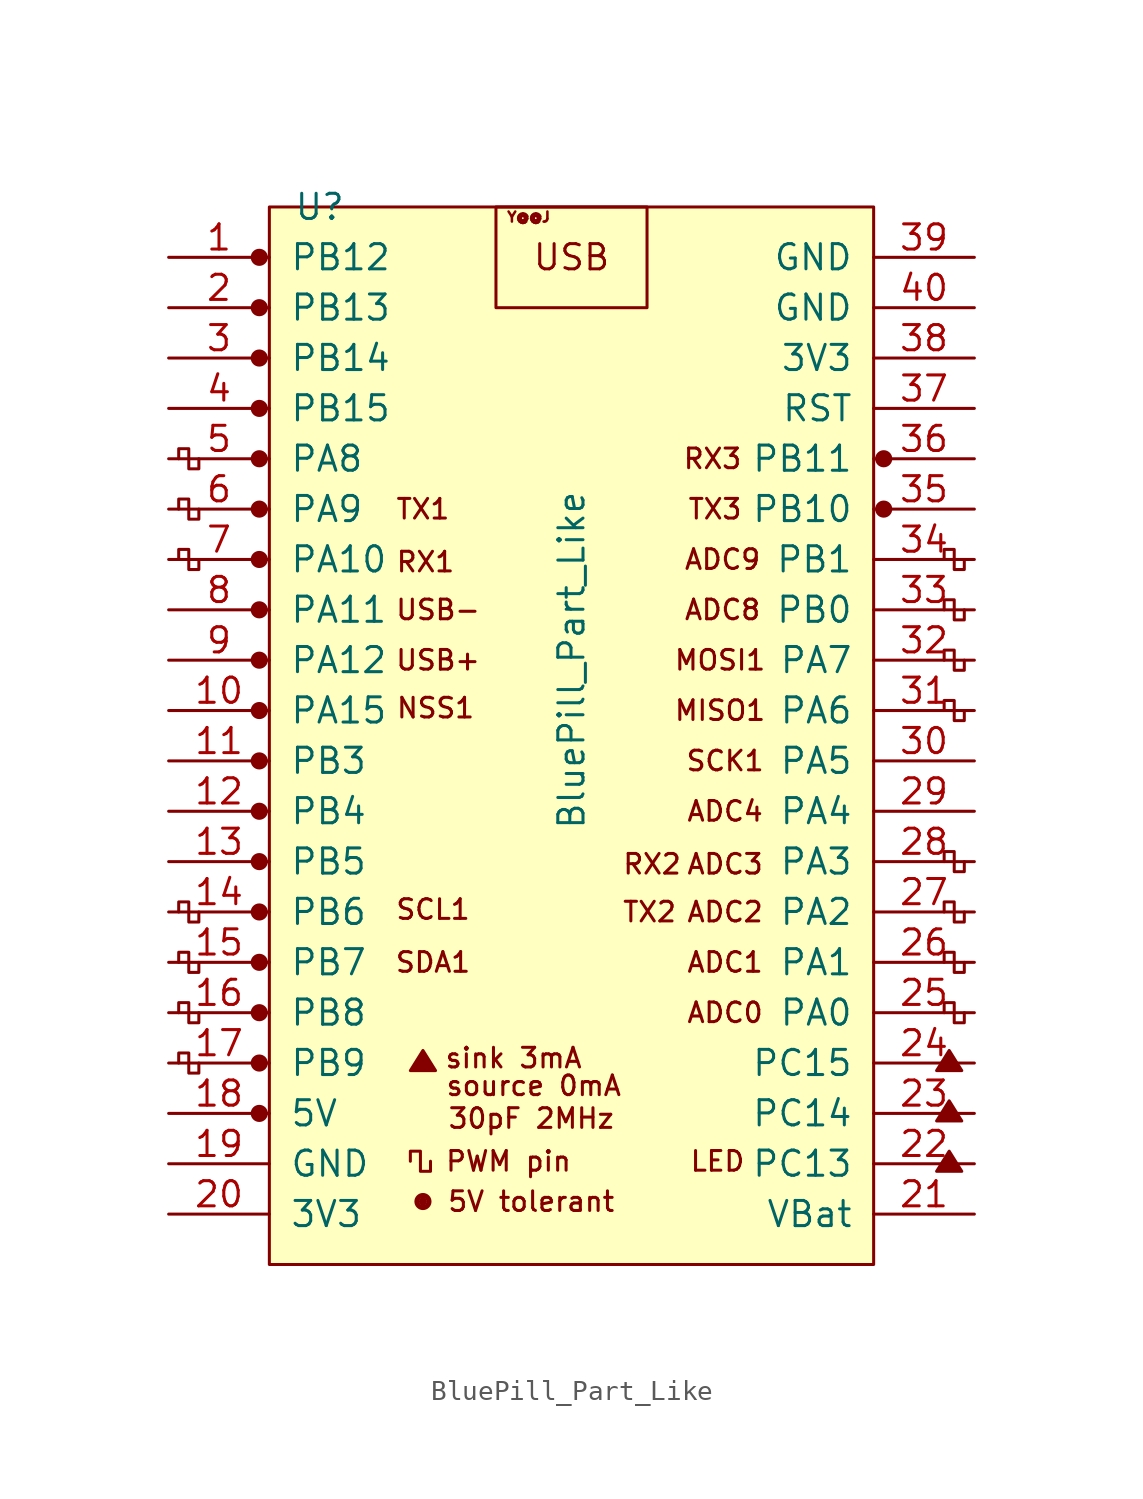
<source format=kicad_sym>
(kicad_symbol_lib
  (version 20211014)
  (generator kicad_symbol_editor)
  (symbol "BluePill_Part_Like"
    (pin_names
      (offset 1.016))
    (property "Reference" "U"
      (at -12.7 25.4 0)
      (effects (font (size 1.27 1.27))))
    (property "Value" "BluePill_Part_Like"
      (at 0 2.54 90)
      (effects (font (size 1.27 1.27))))
    (symbol "BluePill_Part_Like_0_0"
      (circle (center -15.748 -20.32) (radius 0.356) (stroke (width 0) (type default) (color 0 0 0 0)) (fill (type outline)))
      (circle (center -15.748 -17.78) (radius 0.356) (stroke (width 0) (type default) (color 0 0 0 0)) (fill (type outline)))
      (circle (center -15.748 -15.24) (radius 0.356) (stroke (width 0) (type default) (color 0 0 0 0)) (fill (type outline)))
      (circle (center -15.748 -12.7) (radius 0.356) (stroke (width 0) (type default) (color 0 0 0 0)) (fill (type outline)))
      (circle (center -15.748 -10.16) (radius 0.356) (stroke (width 0) (type default) (color 0 0 0 0)) (fill (type outline)))
      (circle (center -15.748 -7.62) (radius 0.356) (stroke (width 0) (type default) (color 0 0 0 0)) (fill (type outline)))
      (circle (center -15.748 -5.08) (radius 0.356) (stroke (width 0) (type default) (color 0 0 0 0)) (fill (type outline)))
      (circle (center -15.748 -2.54) (radius 0.356) (stroke (width 0) (type default) (color 0 0 0 0)) (fill (type outline)))
      (circle (center -15.748 0) (radius 0.356) (stroke (width 0) (type default) (color 0 0 0 0)) (fill (type outline)))
      (circle (center -15.748 2.54) (radius 0.356) (stroke (width 0) (type default) (color 0 0 0 0)) (fill (type outline)))
      (circle (center -15.748 5.08) (radius 0.356) (stroke (width 0) (type default) (color 0 0 0 0)) (fill (type outline)))
      (circle (center -15.748 7.62) (radius 0.356) (stroke (width 0) (type default) (color 0 0 0 0)) (fill (type outline)))
      (circle (center -15.748 10.16) (radius 0.356) (stroke (width 0) (type default) (color 0 0 0 0)) (fill (type outline)))
      (circle (center -15.748 12.7) (radius 0.356) (stroke (width 0) (type default) (color 0 0 0 0)) (fill (type outline)))
      (circle (center -15.748 15.24) (radius 0.356) (stroke (width 0) (type default) (color 0 0 0 0)) (fill (type outline)))
      (circle (center -15.748 17.78) (radius 0.356) (stroke (width 0) (type default) (color 0 0 0 0)) (fill (type outline)))
      (circle (center -15.748 22.86) (radius 0.356) (stroke (width 0) (type default) (color 0 0 0 0)) (fill (type outline)))
      (circle (center -7.493 -24.765) (radius 0.127) (stroke (width 0) (type default) (color 0 0 0 0)) (fill (type outline)))
      (circle (center -7.493 -24.765) (radius 0.254) (stroke (width 0) (type default) (color 0 0 0 0)) (fill (type none)))
      (circle (center -7.493 -24.765) (radius 0.356) (stroke (width 0) (type default) (color 0 0 0 0)) (fill (type none)))
      (polyline (pts (xy -8.128 -18.161) (xy -7.493 -17.145) (xy -6.858 -18.161) (xy -8.128 -18.161) (xy -7.493 -17.272) (xy -6.985 -18.161) (xy -8.001 -18.034) (xy -7.493 -17.399) (xy -7.112 -18.161) (xy -7.874 -17.907) (xy -7.366 -17.526) (xy -7.239 -18.161) (xy -7.747 -17.78) (xy -7.239 -17.653) (xy -7.366 -18.034) (xy -7.62 -17.78) (xy -7.366 -17.907) (xy -7.493 -17.653)) (stroke (width 0) (type default) (color 0 0 0 0)) (fill (type none)))
      (polyline (pts (xy 18.415 -23.241) (xy 19.05 -22.225) (xy 19.685 -23.241) (xy 18.415 -23.241) (xy 19.05 -22.352) (xy 19.558 -23.241) (xy 18.542 -23.114) (xy 19.05 -22.479) (xy 19.431 -23.241) (xy 18.669 -22.987) (xy 19.177 -22.606) (xy 19.304 -23.241) (xy 18.796 -22.86) (xy 19.304 -22.733) (xy 19.177 -23.114) (xy 18.923 -22.86) (xy 19.177 -22.987) (xy 19.05 -22.733)) (stroke (width 0) (type default) (color 0 0 0 0)) (fill (type none)))
      (polyline (pts (xy 18.415 -20.701) (xy 19.05 -19.685) (xy 19.685 -20.701) (xy 18.415 -20.701) (xy 19.05 -19.812) (xy 19.558 -20.701) (xy 18.542 -20.574) (xy 19.05 -19.939) (xy 19.431 -20.701) (xy 18.669 -20.447) (xy 19.177 -20.066) (xy 19.304 -20.701) (xy 18.796 -20.32) (xy 19.304 -20.193) (xy 19.177 -20.574) (xy 18.923 -20.32) (xy 19.177 -20.447) (xy 19.05 -20.193)) (stroke (width 0) (type default) (color 0 0 0 0)) (fill (type none)))
      (polyline (pts (xy 18.415 -18.161) (xy 19.05 -17.145) (xy 19.685 -18.161) (xy 18.415 -18.161) (xy 19.05 -17.272) (xy 19.558 -18.161) (xy 18.542 -18.034) (xy 19.05 -17.399) (xy 19.431 -18.161) (xy 18.669 -17.907) (xy 19.177 -17.526) (xy 19.304 -18.161) (xy 18.796 -17.78) (xy 19.304 -17.653) (xy 19.177 -18.034) (xy 18.923 -17.78) (xy 19.177 -17.907) (xy 19.05 -17.653)) (stroke (width 0) (type default) (color 0 0 0 0)) (fill (type none)))
      (circle (center 15.748 10.16) (radius 0.254) (stroke (width 0) (type default) (color 0 0 0 0)) (fill (type outline)))
      (circle (center 15.748 10.16) (radius 0.356) (stroke (width 0) (type default) (color 0 0 0 0)) (fill (type none)))
      (circle (center 15.748 12.7) (radius 0.254) (stroke (width 0) (type default) (color 0 0 0 0)) (fill (type outline)))
      (circle (center 15.748 12.7) (radius 0.356) (stroke (width 0) (type default) (color 0 0 0 0)) (fill (type none)))
      (text "30pF 2MHz" (at -2.032 -20.574 0) (effects (font (size 0.991 0.991))))
      (text "5V tolerant" (at -2.032 -24.765 0) (effects (font (size 0.991 0.991))))
      (text "ADC0" (at 7.747 -15.24 0) (effects (font (size 0.991 0.991))))
      (text "ADC1" (at 7.747 -12.7 0) (effects (font (size 0.991 0.991))))
      (text "ADC2" (at 7.747 -10.16 0) (effects (font (size 0.991 0.991))))
      (text "ADC3" (at 7.747 -7.747 0) (effects (font (size 0.991 0.991))))
      (text "ADC4" (at 7.747 -5.08 0) (effects (font (size 0.991 0.991))))
      (text "ADC8" (at 7.62 5.08 0) (effects (font (size 0.991 0.991))))
      (text "ADC9" (at 7.62 7.62 0) (effects (font (size 0.991 0.991))))
      (text "LED" (at 7.366 -22.733 0) (effects (font (size 0.991 0.991))))
      (text "MISO1" (at 7.493 0 0) (effects (font (size 0.991 0.991))))
      (text "MOSI1" (at 7.493 2.54 0) (effects (font (size 0.991 0.991))))
      (text "NSS1" (at -6.858 0.127 0) (effects (font (size 0.991 0.991))))
      (text "PWM pin" (at -3.175 -22.733 0) (effects (font (size 0.991 0.991))))
      (text "RX1" (at -7.366 7.493 0) (effects (font (size 0.991 0.991))))
      (text "RX2" (at 4.064 -7.747 0) (effects (font (size 0.991 0.991))))
      (text "RX3" (at 7.112 12.7 0) (effects (font (size 0.991 0.991))))
      (text "SCK1" (at 7.747 -2.54 0) (effects (font (size 0.991 0.991))))
      (text "SCL1" (at -6.985 -10.033 0) (effects (font (size 0.991 0.991))))
      (text "SDA1" (at -6.985 -12.7 0) (effects (font (size 0.991 0.991))))
      (text "sink 3mA" (at -2.921 -17.526 0) (effects (font (size 0.991 0.991))))
      (text "source 0mA" (at -1.905 -18.923 0) (effects (font (size 0.991 0.991))))
      (text "TX1" (at -7.493 10.16 0) (effects (font (size 0.991 0.991))))
      (text "TX2" (at 3.937 -10.16 0) (effects (font (size 0.991 0.991))))
      (text "TX3" (at 7.239 10.16 0) (effects (font (size 0.991 0.991))))
      (text "USB" (at 0 22.86 0) (effects (font (size 1.27 1.27))))
      (text "USB+" (at -6.731 2.54 0) (effects (font (size 0.991 0.991))))
      (text "USB-" (at -6.731 5.08 0) (effects (font (size 0.991 0.991))))
      (text "Y@@J" (at -2.159 24.892 0) (effects (font (size 0.508 0.508)))))
    (symbol "BluePill_Part_Like_0_1"
      (rectangle (start -15.24 25.4) (end 15.24 -27.94) (stroke (width 0) (type default) (color 0 0 0 0)) (fill (type background)))
      (polyline (pts (xy -18.796 -17.78) (xy -18.796 -18.288) (xy -19.304 -18.288) (xy -19.304 -17.272) (xy -19.812 -17.272) (xy -19.812 -17.78)) (stroke (width 0) (type default) (color 0 0 0 0)) (fill (type none)))
      (polyline (pts (xy -18.796 -15.24) (xy -18.796 -15.748) (xy -19.304 -15.748) (xy -19.304 -14.732) (xy -19.812 -14.732) (xy -19.812 -15.24)) (stroke (width 0) (type default) (color 0 0 0 0)) (fill (type none)))
      (polyline (pts (xy -18.796 -12.7) (xy -18.796 -13.208) (xy -19.304 -13.208) (xy -19.304 -12.192) (xy -19.812 -12.192) (xy -19.812 -12.7)) (stroke (width 0) (type default) (color 0 0 0 0)) (fill (type none)))
      (polyline (pts (xy -18.796 -10.16) (xy -18.796 -10.668) (xy -19.304 -10.668) (xy -19.304 -9.652) (xy -19.812 -9.652) (xy -19.812 -10.16)) (stroke (width 0) (type default) (color 0 0 0 0)) (fill (type none)))
      (polyline (pts (xy -18.796 7.62) (xy -18.796 7.112) (xy -19.304 7.112) (xy -19.304 8.128) (xy -19.812 8.128) (xy -19.812 7.62)) (stroke (width 0) (type default) (color 0 0 0 0)) (fill (type none)))
      (polyline (pts (xy -18.796 10.16) (xy -18.796 9.652) (xy -19.304 9.652) (xy -19.304 10.668) (xy -19.812 10.668) (xy -19.812 10.16)) (stroke (width 0) (type default) (color 0 0 0 0)) (fill (type none)))
      (polyline (pts (xy -18.796 12.7) (xy -18.796 12.192) (xy -19.304 12.192) (xy -19.304 13.208) (xy -19.812 13.208) (xy -19.812 12.7)) (stroke (width 0) (type default) (color 0 0 0 0)) (fill (type none)))
      (polyline (pts (xy -7.112 -22.733) (xy -7.112 -23.241) (xy -7.62 -23.241) (xy -7.62 -22.225) (xy -8.128 -22.225) (xy -8.128 -22.733)) (stroke (width 0) (type default) (color 0 0 0 0)) (fill (type none)))
      (polyline (pts (xy 19.812 -15.24) (xy 19.812 -15.748) (xy 19.304 -15.748) (xy 19.304 -14.732) (xy 18.796 -14.732) (xy 18.796 -15.24)) (stroke (width 0) (type default) (color 0 0 0 0)) (fill (type none)))
      (polyline (pts (xy 19.812 -12.7) (xy 19.812 -13.208) (xy 19.304 -13.208) (xy 19.304 -12.192) (xy 18.796 -12.192) (xy 18.796 -12.7)) (stroke (width 0) (type default) (color 0 0 0 0)) (fill (type none)))
      (polyline (pts (xy 19.812 -10.16) (xy 19.812 -10.668) (xy 19.304 -10.668) (xy 19.304 -9.652) (xy 18.796 -9.652) (xy 18.796 -10.16)) (stroke (width 0) (type default) (color 0 0 0 0)) (fill (type none)))
      (polyline (pts (xy 19.812 -7.62) (xy 19.812 -8.128) (xy 19.304 -8.128) (xy 19.304 -7.112) (xy 18.796 -7.112) (xy 18.796 -7.62)) (stroke (width 0) (type default) (color 0 0 0 0)) (fill (type none)))
      (polyline (pts (xy 19.812 0) (xy 19.812 -0.508) (xy 19.304 -0.508) (xy 19.304 0.508) (xy 18.796 0.508) (xy 18.796 0)) (stroke (width 0) (type default) (color 0 0 0 0)) (fill (type none)))
      (polyline (pts (xy 19.812 2.54) (xy 19.812 2.032) (xy 19.304 2.032) (xy 19.304 3.048) (xy 18.796 3.048) (xy 18.796 2.54)) (stroke (width 0) (type default) (color 0 0 0 0)) (fill (type none)))
      (polyline (pts (xy 19.812 5.08) (xy 19.812 4.572) (xy 19.304 4.572) (xy 19.304 5.588) (xy 18.796 5.588) (xy 18.796 5.08)) (stroke (width 0) (type default) (color 0 0 0 0)) (fill (type none)))
      (polyline (pts (xy 19.812 7.62) (xy 19.812 7.112) (xy 19.304 7.112) (xy 19.304 8.128) (xy 18.796 8.128) (xy 18.796 7.62)) (stroke (width 0) (type default) (color 0 0 0 0)) (fill (type none)))
      (rectangle (start 3.81 25.4) (end -3.81 20.32) (stroke (width 0) (type default) (color 0 0 0 0)) (fill (type none))))
    (symbol "BluePill_Part_Like_1_1"
      (circle (center -15.748 20.32) (radius 0.356) (stroke (width 0) (type default) (color 0 0 0 0)) (fill (type outline)))
      (pin bidirectional line (at -20.32 22.86 0) (length 5.08) (name "PB12" (effects (font (size 1.27 1.27)))) (number "1" (effects (font (size 1.27 1.27)))))
      (pin bidirectional line (at -20.32 0 0) (length 5.08) (name "PA15" (effects (font (size 1.27 1.27)))) (number "10" (effects (font (size 1.27 1.27)))))
      (pin bidirectional line (at -20.32 -2.54 0) (length 5.08) (name "PB3" (effects (font (size 1.27 1.27)))) (number "11" (effects (font (size 1.27 1.27)))))
      (pin bidirectional line (at -20.32 -5.08 0) (length 5.08) (name "PB4" (effects (font (size 1.27 1.27)))) (number "12" (effects (font (size 1.27 1.27)))))
      (pin bidirectional line (at -20.32 -7.62 0) (length 5.08) (name "PB5" (effects (font (size 1.27 1.27)))) (number "13" (effects (font (size 1.27 1.27)))))
      (pin bidirectional line (at -20.32 -10.16 0) (length 5.08) (name "PB6" (effects (font (size 1.27 1.27)))) (number "14" (effects (font (size 1.27 1.27)))))
      (pin bidirectional line (at -20.32 -12.7 0) (length 5.08) (name "PB7" (effects (font (size 1.27 1.27)))) (number "15" (effects (font (size 1.27 1.27)))))
      (pin bidirectional line (at -20.32 -15.24 0) (length 5.08) (name "PB8" (effects (font (size 1.27 1.27)))) (number "16" (effects (font (size 1.27 1.27)))))
      (pin bidirectional line (at -20.32 -17.78 0) (length 5.08) (name "PB9" (effects (font (size 1.27 1.27)))) (number "17" (effects (font (size 1.27 1.27)))))
      (pin power_in line (at -20.32 -20.32 0) (length 5.08) (name "5V" (effects (font (size 1.27 1.27)))) (number "18" (effects (font (size 1.27 1.27)))))
      (pin power_in line (at -20.32 -22.86 0) (length 5.08) (name "GND" (effects (font (size 1.27 1.27)))) (number "19" (effects (font (size 1.27 1.27)))))
      (pin bidirectional line (at -20.32 20.32 0) (length 5.08) (name "PB13" (effects (font (size 1.27 1.27)))) (number "2" (effects (font (size 1.27 1.27)))))
      (pin power_in line (at -20.32 -25.4 0) (length 5.08) (name "3V3" (effects (font (size 1.27 1.27)))) (number "20" (effects (font (size 1.27 1.27)))))
      (pin power_in line (at 20.32 -25.4 180) (length 5.08) (name "VBat" (effects (font (size 1.27 1.27)))) (number "21" (effects (font (size 1.27 1.27)))))
      (pin bidirectional line (at 20.32 -22.86 180) (length 5.08) (name "PC13" (effects (font (size 1.27 1.27)))) (number "22" (effects (font (size 1.27 1.27)))))
      (pin bidirectional line (at 20.32 -20.32 180) (length 5.08) (name "PC14" (effects (font (size 1.27 1.27)))) (number "23" (effects (font (size 1.27 1.27)))))
      (pin bidirectional line (at 20.32 -17.78 180) (length 5.08) (name "PC15" (effects (font (size 1.27 1.27)))) (number "24" (effects (font (size 1.27 1.27)))))
      (pin bidirectional line (at 20.32 -15.24 180) (length 5.08) (name "PA0" (effects (font (size 1.27 1.27)))) (number "25" (effects (font (size 1.27 1.27)))))
      (pin bidirectional line (at 20.32 -12.7 180) (length 5.08) (name "PA1" (effects (font (size 1.27 1.27)))) (number "26" (effects (font (size 1.27 1.27)))))
      (pin bidirectional line (at 20.32 -10.16 180) (length 5.08) (name "PA2" (effects (font (size 1.27 1.27)))) (number "27" (effects (font (size 1.27 1.27)))))
      (pin bidirectional line (at 20.32 -7.62 180) (length 5.08) (name "PA3" (effects (font (size 1.27 1.27)))) (number "28" (effects (font (size 1.27 1.27)))))
      (pin bidirectional line (at 20.32 -5.08 180) (length 5.08) (name "PA4" (effects (font (size 1.27 1.27)))) (number "29" (effects (font (size 1.27 1.27)))))
      (pin bidirectional line (at -20.32 17.78 0) (length 5.08) (name "PB14" (effects (font (size 1.27 1.27)))) (number "3" (effects (font (size 1.27 1.27)))))
      (pin bidirectional line (at 20.32 -2.54 180) (length 5.08) (name "PA5" (effects (font (size 1.27 1.27)))) (number "30" (effects (font (size 1.27 1.27)))))
      (pin bidirectional line (at 20.32 0 180) (length 5.08) (name "PA6" (effects (font (size 1.27 1.27)))) (number "31" (effects (font (size 1.27 1.27)))))
      (pin bidirectional line (at 20.32 2.54 180) (length 5.08) (name "PA7" (effects (font (size 1.27 1.27)))) (number "32" (effects (font (size 1.27 1.27)))))
      (pin bidirectional line (at 20.32 5.08 180) (length 5.08) (name "PB0" (effects (font (size 1.27 1.27)))) (number "33" (effects (font (size 1.27 1.27)))))
      (pin bidirectional line (at 20.32 7.62 180) (length 5.08) (name "PB1" (effects (font (size 1.27 1.27)))) (number "34" (effects (font (size 1.27 1.27)))))
      (pin bidirectional line (at 20.32 10.16 180) (length 5.08) (name "PB10" (effects (font (size 1.27 1.27)))) (number "35" (effects (font (size 1.27 1.27)))))
      (pin bidirectional line (at 20.32 12.7 180) (length 5.08) (name "PB11" (effects (font (size 1.27 1.27)))) (number "36" (effects (font (size 1.27 1.27)))))
      (pin input line (at 20.32 15.24 180) (length 5.08) (name "RST" (effects (font (size 1.27 1.27)))) (number "37" (effects (font (size 1.27 1.27)))))
      (pin power_in line (at 20.32 17.78 180) (length 5.08) (name "3V3" (effects (font (size 1.27 1.27)))) (number "38" (effects (font (size 1.27 1.27)))))
      (pin power_in line (at 20.32 22.86 180) (length 5.08) (name "GND" (effects (font (size 1.27 1.27)))) (number "39" (effects (font (size 1.27 1.27)))))
      (pin bidirectional line (at -20.32 15.24 0) (length 5.08) (name "PB15" (effects (font (size 1.27 1.27)))) (number "4" (effects (font (size 1.27 1.27)))))
      (pin power_in line (at 20.32 20.32 180) (length 5.08) (name "GND" (effects (font (size 1.27 1.27)))) (number "40" (effects (font (size 1.27 1.27)))))
      (pin bidirectional line (at -20.32 12.7 0) (length 5.08) (name "PA8" (effects (font (size 1.27 1.27)))) (number "5" (effects (font (size 1.27 1.27)))))
      (pin bidirectional line (at -20.32 10.16 0) (length 5.08) (name "PA9" (effects (font (size 1.27 1.27)))) (number "6" (effects (font (size 1.27 1.27)))))
      (pin bidirectional line (at -20.32 7.62 0) (length 5.08) (name "PA10" (effects (font (size 1.27 1.27)))) (number "7" (effects (font (size 1.27 1.27)))))
      (pin bidirectional line (at -20.32 5.08 0) (length 5.08) (name "PA11" (effects (font (size 1.27 1.27)))) (number "8" (effects (font (size 1.27 1.27)))))
      (pin bidirectional line (at -20.32 2.54 0) (length 5.08) (name "PA12" (effects (font (size 1.27 1.27)))) (number "9" (effects (font (size 1.27 1.27))))))))
</source>
